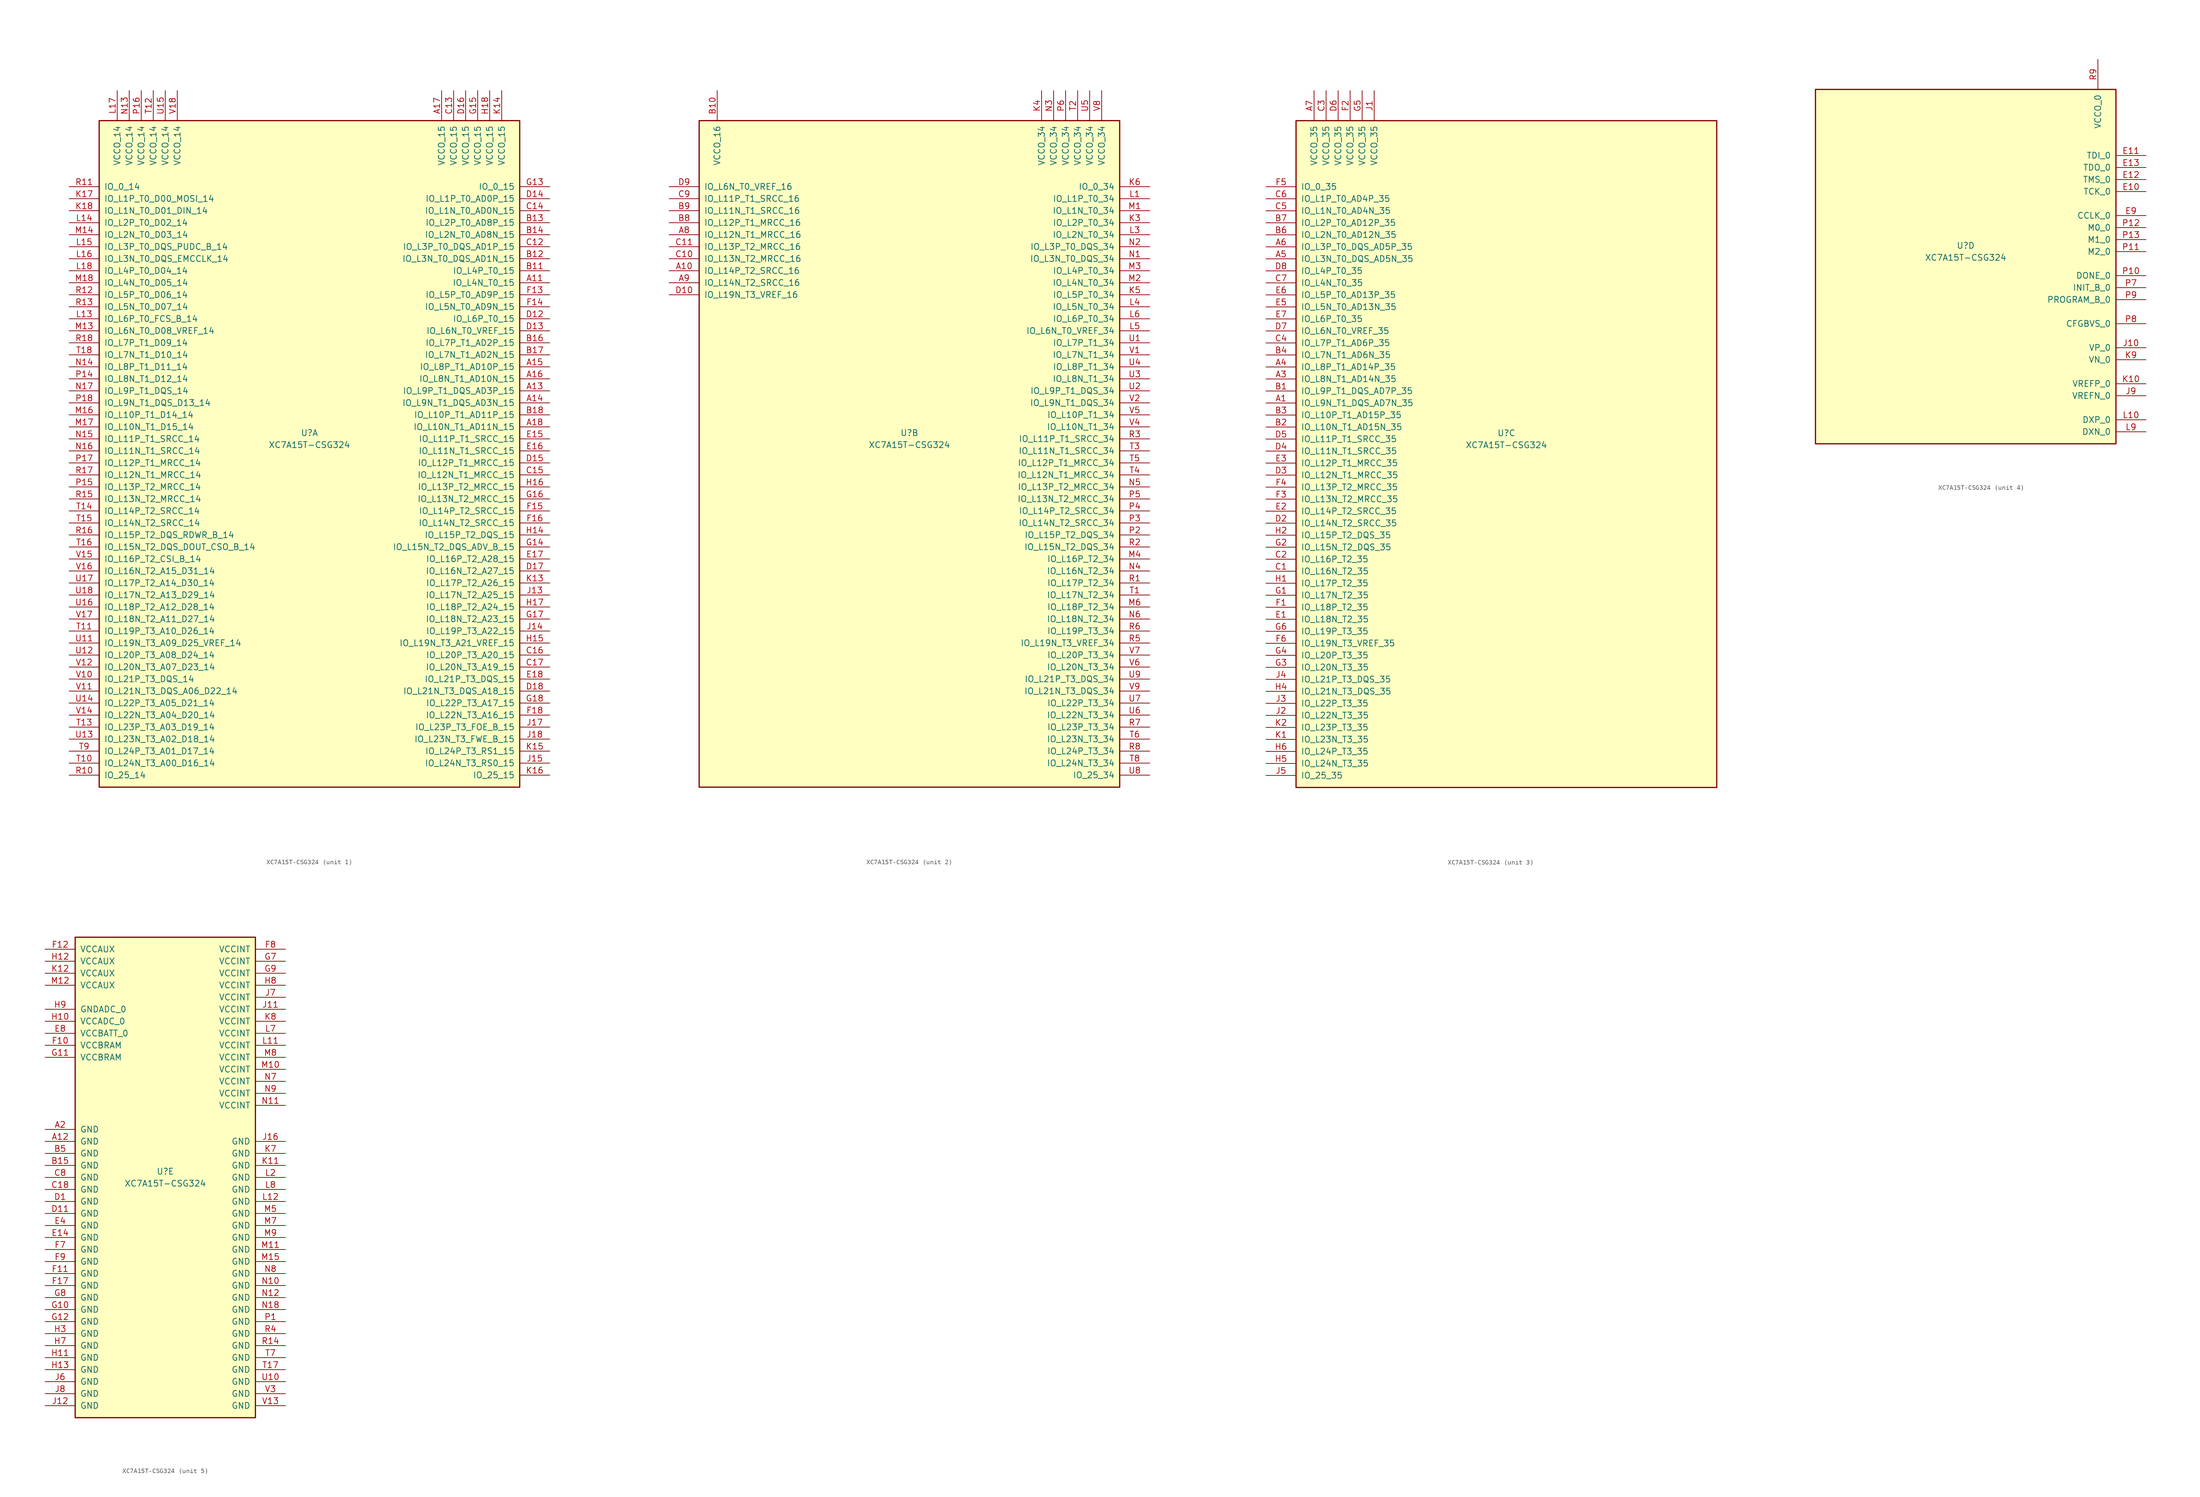
<source format=kicad_sym>
(kicad_symbol_lib
  (version 20241209)
  (generator "kicad_symbol_editor")
  (generator_version "9.0")
  (symbol "XC7A15T-CSG324"
    (pin_names
      (offset 1.016))
    (property "Reference" "U"
      (at 0 1.27 0)
      (effects (font (size 1.27 1.27))))
    (property "Value" "XC7A15T-CSG324"
      (at 0 -1.27 0)
      (effects (font (size 1.27 1.27))))
    (property "Datasheet" ""
      (at 0 0 0)
      (effects (font (size 1.27 1.27))))
    (property "ki_locked" ""
      (at 0 0 0)
      (effects (font (size 1.27 1.27))))
    (symbol "XC7A15T-CSG324_1_1"
      (rectangle (start -44.45 67.31) (end 44.45 -73.66) (stroke (width 0.254) (type default)) (fill (type background)))
      (pin bidirectional line (at -50.8 53.34 0) (length 6.35) (name "IO_0_14" (effects (font (size 1.27 1.27)))) (number "R11" (effects (font (size 1.27 1.27)))))
      (pin bidirectional line (at -50.8 50.8 0) (length 6.35) (name "IO_L1P_T0_D00_MOSI_14" (effects (font (size 1.27 1.27)))) (number "K17" (effects (font (size 1.27 1.27)))))
      (pin bidirectional line (at -50.8 48.26 0) (length 6.35) (name "IO_L1N_T0_D01_DIN_14" (effects (font (size 1.27 1.27)))) (number "K18" (effects (font (size 1.27 1.27)))))
      (pin bidirectional line (at -50.8 45.72 0) (length 6.35) (name "IO_L2P_T0_D02_14" (effects (font (size 1.27 1.27)))) (number "L14" (effects (font (size 1.27 1.27)))))
      (pin bidirectional line (at -50.8 43.18 0) (length 6.35) (name "IO_L2N_T0_D03_14" (effects (font (size 1.27 1.27)))) (number "M14" (effects (font (size 1.27 1.27)))))
      (pin bidirectional line (at -50.8 40.64 0) (length 6.35) (name "IO_L3P_T0_DQS_PUDC_B_14" (effects (font (size 1.27 1.27)))) (number "L15" (effects (font (size 1.27 1.27)))))
      (pin bidirectional line (at -50.8 38.1 0) (length 6.35) (name "IO_L3N_T0_DQS_EMCCLK_14" (effects (font (size 1.27 1.27)))) (number "L16" (effects (font (size 1.27 1.27)))))
      (pin bidirectional line (at -50.8 35.56 0) (length 6.35) (name "IO_L4P_T0_D04_14" (effects (font (size 1.27 1.27)))) (number "L18" (effects (font (size 1.27 1.27)))))
      (pin bidirectional line (at -50.8 33.02 0) (length 6.35) (name "IO_L4N_T0_D05_14" (effects (font (size 1.27 1.27)))) (number "M18" (effects (font (size 1.27 1.27)))))
      (pin bidirectional line (at -50.8 30.48 0) (length 6.35) (name "IO_L5P_T0_D06_14" (effects (font (size 1.27 1.27)))) (number "R12" (effects (font (size 1.27 1.27)))))
      (pin bidirectional line (at -50.8 27.94 0) (length 6.35) (name "IO_L5N_T0_D07_14" (effects (font (size 1.27 1.27)))) (number "R13" (effects (font (size 1.27 1.27)))))
      (pin bidirectional line (at -50.8 25.4 0) (length 6.35) (name "IO_L6P_T0_FCS_B_14" (effects (font (size 1.27 1.27)))) (number "L13" (effects (font (size 1.27 1.27)))))
      (pin bidirectional line (at -50.8 22.86 0) (length 6.35) (name "IO_L6N_T0_D08_VREF_14" (effects (font (size 1.27 1.27)))) (number "M13" (effects (font (size 1.27 1.27)))))
      (pin bidirectional line (at -50.8 20.32 0) (length 6.35) (name "IO_L7P_T1_D09_14" (effects (font (size 1.27 1.27)))) (number "R18" (effects (font (size 1.27 1.27)))))
      (pin bidirectional line (at -50.8 17.78 0) (length 6.35) (name "IO_L7N_T1_D10_14" (effects (font (size 1.27 1.27)))) (number "T18" (effects (font (size 1.27 1.27)))))
      (pin bidirectional line (at -50.8 15.24 0) (length 6.35) (name "IO_L8P_T1_D11_14" (effects (font (size 1.27 1.27)))) (number "N14" (effects (font (size 1.27 1.27)))))
      (pin bidirectional line (at -50.8 12.7 0) (length 6.35) (name "IO_L8N_T1_D12_14" (effects (font (size 1.27 1.27)))) (number "P14" (effects (font (size 1.27 1.27)))))
      (pin bidirectional line (at -50.8 10.16 0) (length 6.35) (name "IO_L9P_T1_DQS_14" (effects (font (size 1.27 1.27)))) (number "N17" (effects (font (size 1.27 1.27)))))
      (pin bidirectional line (at -50.8 7.62 0) (length 6.35) (name "IO_L9N_T1_DQS_D13_14" (effects (font (size 1.27 1.27)))) (number "P18" (effects (font (size 1.27 1.27)))))
      (pin bidirectional line (at -50.8 5.08 0) (length 6.35) (name "IO_L10P_T1_D14_14" (effects (font (size 1.27 1.27)))) (number "M16" (effects (font (size 1.27 1.27)))))
      (pin bidirectional line (at -50.8 2.54 0) (length 6.35) (name "IO_L10N_T1_D15_14" (effects (font (size 1.27 1.27)))) (number "M17" (effects (font (size 1.27 1.27)))))
      (pin bidirectional line (at -50.8 0 0) (length 6.35) (name "IO_L11P_T1_SRCC_14" (effects (font (size 1.27 1.27)))) (number "N15" (effects (font (size 1.27 1.27)))))
      (pin bidirectional line (at -50.8 -2.54 0) (length 6.35) (name "IO_L11N_T1_SRCC_14" (effects (font (size 1.27 1.27)))) (number "N16" (effects (font (size 1.27 1.27)))))
      (pin bidirectional line (at -50.8 -5.08 0) (length 6.35) (name "IO_L12P_T1_MRCC_14" (effects (font (size 1.27 1.27)))) (number "P17" (effects (font (size 1.27 1.27)))))
      (pin bidirectional line (at -50.8 -7.62 0) (length 6.35) (name "IO_L12N_T1_MRCC_14" (effects (font (size 1.27 1.27)))) (number "R17" (effects (font (size 1.27 1.27)))))
      (pin bidirectional line (at -50.8 -10.16 0) (length 6.35) (name "IO_L13P_T2_MRCC_14" (effects (font (size 1.27 1.27)))) (number "P15" (effects (font (size 1.27 1.27)))))
      (pin bidirectional line (at -50.8 -12.7 0) (length 6.35) (name "IO_L13N_T2_MRCC_14" (effects (font (size 1.27 1.27)))) (number "R15" (effects (font (size 1.27 1.27)))))
      (pin bidirectional line (at -50.8 -15.24 0) (length 6.35) (name "IO_L14P_T2_SRCC_14" (effects (font (size 1.27 1.27)))) (number "T14" (effects (font (size 1.27 1.27)))))
      (pin bidirectional line (at -50.8 -17.78 0) (length 6.35) (name "IO_L14N_T2_SRCC_14" (effects (font (size 1.27 1.27)))) (number "T15" (effects (font (size 1.27 1.27)))))
      (pin bidirectional line (at -50.8 -20.32 0) (length 6.35) (name "IO_L15P_T2_DQS_RDWR_B_14" (effects (font (size 1.27 1.27)))) (number "R16" (effects (font (size 1.27 1.27)))))
      (pin bidirectional line (at -50.8 -22.86 0) (length 6.35) (name "IO_L15N_T2_DQS_DOUT_CSO_B_14" (effects (font (size 1.27 1.27)))) (number "T16" (effects (font (size 1.27 1.27)))))
      (pin bidirectional line (at -50.8 -25.4 0) (length 6.35) (name "IO_L16P_T2_CSI_B_14" (effects (font (size 1.27 1.27)))) (number "V15" (effects (font (size 1.27 1.27)))))
      (pin bidirectional line (at -50.8 -27.94 0) (length 6.35) (name "IO_L16N_T2_A15_D31_14" (effects (font (size 1.27 1.27)))) (number "V16" (effects (font (size 1.27 1.27)))))
      (pin bidirectional line (at -50.8 -30.48 0) (length 6.35) (name "IO_L17P_T2_A14_D30_14" (effects (font (size 1.27 1.27)))) (number "U17" (effects (font (size 1.27 1.27)))))
      (pin bidirectional line (at -50.8 -33.02 0) (length 6.35) (name "IO_L17N_T2_A13_D29_14" (effects (font (size 1.27 1.27)))) (number "U18" (effects (font (size 1.27 1.27)))))
      (pin bidirectional line (at -50.8 -35.56 0) (length 6.35) (name "IO_L18P_T2_A12_D28_14" (effects (font (size 1.27 1.27)))) (number "U16" (effects (font (size 1.27 1.27)))))
      (pin bidirectional line (at -50.8 -38.1 0) (length 6.35) (name "IO_L18N_T2_A11_D27_14" (effects (font (size 1.27 1.27)))) (number "V17" (effects (font (size 1.27 1.27)))))
      (pin bidirectional line (at -50.8 -40.64 0) (length 6.35) (name "IO_L19P_T3_A10_D26_14" (effects (font (size 1.27 1.27)))) (number "T11" (effects (font (size 1.27 1.27)))))
      (pin bidirectional line (at -50.8 -43.18 0) (length 6.35) (name "IO_L19N_T3_A09_D25_VREF_14" (effects (font (size 1.27 1.27)))) (number "U11" (effects (font (size 1.27 1.27)))))
      (pin bidirectional line (at -50.8 -45.72 0) (length 6.35) (name "IO_L20P_T3_A08_D24_14" (effects (font (size 1.27 1.27)))) (number "U12" (effects (font (size 1.27 1.27)))))
      (pin bidirectional line (at -50.8 -48.26 0) (length 6.35) (name "IO_L20N_T3_A07_D23_14" (effects (font (size 1.27 1.27)))) (number "V12" (effects (font (size 1.27 1.27)))))
      (pin bidirectional line (at -50.8 -50.8 0) (length 6.35) (name "IO_L21P_T3_DQS_14" (effects (font (size 1.27 1.27)))) (number "V10" (effects (font (size 1.27 1.27)))))
      (pin bidirectional line (at -50.8 -53.34 0) (length 6.35) (name "IO_L21N_T3_DQS_A06_D22_14" (effects (font (size 1.27 1.27)))) (number "V11" (effects (font (size 1.27 1.27)))))
      (pin bidirectional line (at -50.8 -55.88 0) (length 6.35) (name "IO_L22P_T3_A05_D21_14" (effects (font (size 1.27 1.27)))) (number "U14" (effects (font (size 1.27 1.27)))))
      (pin bidirectional line (at -50.8 -58.42 0) (length 6.35) (name "IO_L22N_T3_A04_D20_14" (effects (font (size 1.27 1.27)))) (number "V14" (effects (font (size 1.27 1.27)))))
      (pin bidirectional line (at -50.8 -60.96 0) (length 6.35) (name "IO_L23P_T3_A03_D19_14" (effects (font (size 1.27 1.27)))) (number "T13" (effects (font (size 1.27 1.27)))))
      (pin bidirectional line (at -50.8 -63.5 0) (length 6.35) (name "IO_L23N_T3_A02_D18_14" (effects (font (size 1.27 1.27)))) (number "U13" (effects (font (size 1.27 1.27)))))
      (pin bidirectional line (at -50.8 -66.04 0) (length 6.35) (name "IO_L24P_T3_A01_D17_14" (effects (font (size 1.27 1.27)))) (number "T9" (effects (font (size 1.27 1.27)))))
      (pin bidirectional line (at -50.8 -68.58 0) (length 6.35) (name "IO_L24N_T3_A00_D16_14" (effects (font (size 1.27 1.27)))) (number "T10" (effects (font (size 1.27 1.27)))))
      (pin bidirectional line (at -50.8 -71.12 0) (length 6.35) (name "IO_25_14" (effects (font (size 1.27 1.27)))) (number "R10" (effects (font (size 1.27 1.27)))))
      (pin power_in line (at -40.64 73.66 270) (length 6.35) (name "VCCO_14" (effects (font (size 1.27 1.27)))) (number "L17" (effects (font (size 1.27 1.27)))))
      (pin power_in line (at -38.1 73.66 270) (length 6.35) (name "VCCO_14" (effects (font (size 1.27 1.27)))) (number "N13" (effects (font (size 1.27 1.27)))))
      (pin power_in line (at -35.56 73.66 270) (length 6.35) (name "VCCO_14" (effects (font (size 1.27 1.27)))) (number "P16" (effects (font (size 1.27 1.27)))))
      (pin power_in line (at -33.02 73.66 270) (length 6.35) (name "VCCO_14" (effects (font (size 1.27 1.27)))) (number "T12" (effects (font (size 1.27 1.27)))))
      (pin power_in line (at -30.48 73.66 270) (length 6.35) (name "VCCO_14" (effects (font (size 1.27 1.27)))) (number "U15" (effects (font (size 1.27 1.27)))))
      (pin power_in line (at -27.94 73.66 270) (length 6.35) (name "VCCO_14" (effects (font (size 1.27 1.27)))) (number "V18" (effects (font (size 1.27 1.27)))))
      (pin power_in line (at 27.94 73.66 270) (length 6.35) (name "VCCO_15" (effects (font (size 1.27 1.27)))) (number "A17" (effects (font (size 1.27 1.27)))))
      (pin power_in line (at 30.48 73.66 270) (length 6.35) (name "VCCO_15" (effects (font (size 1.27 1.27)))) (number "C13" (effects (font (size 1.27 1.27)))))
      (pin power_in line (at 33.02 73.66 270) (length 6.35) (name "VCCO_15" (effects (font (size 1.27 1.27)))) (number "D16" (effects (font (size 1.27 1.27)))))
      (pin power_in line (at 35.56 73.66 270) (length 6.35) (name "VCCO_15" (effects (font (size 1.27 1.27)))) (number "G15" (effects (font (size 1.27 1.27)))))
      (pin power_in line (at 38.1 73.66 270) (length 6.35) (name "VCCO_15" (effects (font (size 1.27 1.27)))) (number "H18" (effects (font (size 1.27 1.27)))))
      (pin power_in line (at 40.64 73.66 270) (length 6.35) (name "VCCO_15" (effects (font (size 1.27 1.27)))) (number "K14" (effects (font (size 1.27 1.27)))))
      (pin bidirectional line (at 50.8 53.34 180) (length 6.35) (name "IO_0_15" (effects (font (size 1.27 1.27)))) (number "G13" (effects (font (size 1.27 1.27)))))
      (pin bidirectional line (at 50.8 50.8 180) (length 6.35) (name "IO_L1P_T0_AD0P_15" (effects (font (size 1.27 1.27)))) (number "D14" (effects (font (size 1.27 1.27)))))
      (pin bidirectional line (at 50.8 48.26 180) (length 6.35) (name "IO_L1N_T0_AD0N_15" (effects (font (size 1.27 1.27)))) (number "C14" (effects (font (size 1.27 1.27)))))
      (pin bidirectional line (at 50.8 45.72 180) (length 6.35) (name "IO_L2P_T0_AD8P_15" (effects (font (size 1.27 1.27)))) (number "B13" (effects (font (size 1.27 1.27)))))
      (pin bidirectional line (at 50.8 43.18 180) (length 6.35) (name "IO_L2N_T0_AD8N_15" (effects (font (size 1.27 1.27)))) (number "B14" (effects (font (size 1.27 1.27)))))
      (pin bidirectional line (at 50.8 40.64 180) (length 6.35) (name "IO_L3P_T0_DQS_AD1P_15" (effects (font (size 1.27 1.27)))) (number "C12" (effects (font (size 1.27 1.27)))))
      (pin bidirectional line (at 50.8 38.1 180) (length 6.35) (name "IO_L3N_T0_DQS_AD1N_15" (effects (font (size 1.27 1.27)))) (number "B12" (effects (font (size 1.27 1.27)))))
      (pin bidirectional line (at 50.8 35.56 180) (length 6.35) (name "IO_L4P_T0_15" (effects (font (size 1.27 1.27)))) (number "B11" (effects (font (size 1.27 1.27)))))
      (pin bidirectional line (at 50.8 33.02 180) (length 6.35) (name "IO_L4N_T0_15" (effects (font (size 1.27 1.27)))) (number "A11" (effects (font (size 1.27 1.27)))))
      (pin bidirectional line (at 50.8 30.48 180) (length 6.35) (name "IO_L5P_T0_AD9P_15" (effects (font (size 1.27 1.27)))) (number "F13" (effects (font (size 1.27 1.27)))))
      (pin bidirectional line (at 50.8 27.94 180) (length 6.35) (name "IO_L5N_T0_AD9N_15" (effects (font (size 1.27 1.27)))) (number "F14" (effects (font (size 1.27 1.27)))))
      (pin bidirectional line (at 50.8 25.4 180) (length 6.35) (name "IO_L6P_T0_15" (effects (font (size 1.27 1.27)))) (number "D12" (effects (font (size 1.27 1.27)))))
      (pin bidirectional line (at 50.8 22.86 180) (length 6.35) (name "IO_L6N_T0_VREF_15" (effects (font (size 1.27 1.27)))) (number "D13" (effects (font (size 1.27 1.27)))))
      (pin bidirectional line (at 50.8 20.32 180) (length 6.35) (name "IO_L7P_T1_AD2P_15" (effects (font (size 1.27 1.27)))) (number "B16" (effects (font (size 1.27 1.27)))))
      (pin bidirectional line (at 50.8 17.78 180) (length 6.35) (name "IO_L7N_T1_AD2N_15" (effects (font (size 1.27 1.27)))) (number "B17" (effects (font (size 1.27 1.27)))))
      (pin bidirectional line (at 50.8 15.24 180) (length 6.35) (name "IO_L8P_T1_AD10P_15" (effects (font (size 1.27 1.27)))) (number "A15" (effects (font (size 1.27 1.27)))))
      (pin bidirectional line (at 50.8 12.7 180) (length 6.35) (name "IO_L8N_T1_AD10N_15" (effects (font (size 1.27 1.27)))) (number "A16" (effects (font (size 1.27 1.27)))))
      (pin bidirectional line (at 50.8 10.16 180) (length 6.35) (name "IO_L9P_T1_DQS_AD3P_15" (effects (font (size 1.27 1.27)))) (number "A13" (effects (font (size 1.27 1.27)))))
      (pin bidirectional line (at 50.8 7.62 180) (length 6.35) (name "IO_L9N_T1_DQS_AD3N_15" (effects (font (size 1.27 1.27)))) (number "A14" (effects (font (size 1.27 1.27)))))
      (pin bidirectional line (at 50.8 5.08 180) (length 6.35) (name "IO_L10P_T1_AD11P_15" (effects (font (size 1.27 1.27)))) (number "B18" (effects (font (size 1.27 1.27)))))
      (pin bidirectional line (at 50.8 2.54 180) (length 6.35) (name "IO_L10N_T1_AD11N_15" (effects (font (size 1.27 1.27)))) (number "A18" (effects (font (size 1.27 1.27)))))
      (pin bidirectional line (at 50.8 0 180) (length 6.35) (name "IO_L11P_T1_SRCC_15" (effects (font (size 1.27 1.27)))) (number "E15" (effects (font (size 1.27 1.27)))))
      (pin bidirectional line (at 50.8 -2.54 180) (length 6.35) (name "IO_L11N_T1_SRCC_15" (effects (font (size 1.27 1.27)))) (number "E16" (effects (font (size 1.27 1.27)))))
      (pin bidirectional line (at 50.8 -5.08 180) (length 6.35) (name "IO_L12P_T1_MRCC_15" (effects (font (size 1.27 1.27)))) (number "D15" (effects (font (size 1.27 1.27)))))
      (pin bidirectional line (at 50.8 -7.62 180) (length 6.35) (name "IO_L12N_T1_MRCC_15" (effects (font (size 1.27 1.27)))) (number "C15" (effects (font (size 1.27 1.27)))))
      (pin bidirectional line (at 50.8 -10.16 180) (length 6.35) (name "IO_L13P_T2_MRCC_15" (effects (font (size 1.27 1.27)))) (number "H16" (effects (font (size 1.27 1.27)))))
      (pin bidirectional line (at 50.8 -12.7 180) (length 6.35) (name "IO_L13N_T2_MRCC_15" (effects (font (size 1.27 1.27)))) (number "G16" (effects (font (size 1.27 1.27)))))
      (pin bidirectional line (at 50.8 -15.24 180) (length 6.35) (name "IO_L14P_T2_SRCC_15" (effects (font (size 1.27 1.27)))) (number "F15" (effects (font (size 1.27 1.27)))))
      (pin bidirectional line (at 50.8 -17.78 180) (length 6.35) (name "IO_L14N_T2_SRCC_15" (effects (font (size 1.27 1.27)))) (number "F16" (effects (font (size 1.27 1.27)))))
      (pin bidirectional line (at 50.8 -20.32 180) (length 6.35) (name "IO_L15P_T2_DQS_15" (effects (font (size 1.27 1.27)))) (number "H14" (effects (font (size 1.27 1.27)))))
      (pin bidirectional line (at 50.8 -22.86 180) (length 6.35) (name "IO_L15N_T2_DQS_ADV_B_15" (effects (font (size 1.27 1.27)))) (number "G14" (effects (font (size 1.27 1.27)))))
      (pin bidirectional line (at 50.8 -25.4 180) (length 6.35) (name "IO_L16P_T2_A28_15" (effects (font (size 1.27 1.27)))) (number "E17" (effects (font (size 1.27 1.27)))))
      (pin bidirectional line (at 50.8 -27.94 180) (length 6.35) (name "IO_L16N_T2_A27_15" (effects (font (size 1.27 1.27)))) (number "D17" (effects (font (size 1.27 1.27)))))
      (pin bidirectional line (at 50.8 -30.48 180) (length 6.35) (name "IO_L17P_T2_A26_15" (effects (font (size 1.27 1.27)))) (number "K13" (effects (font (size 1.27 1.27)))))
      (pin bidirectional line (at 50.8 -33.02 180) (length 6.35) (name "IO_L17N_T2_A25_15" (effects (font (size 1.27 1.27)))) (number "J13" (effects (font (size 1.27 1.27)))))
      (pin bidirectional line (at 50.8 -35.56 180) (length 6.35) (name "IO_L18P_T2_A24_15" (effects (font (size 1.27 1.27)))) (number "H17" (effects (font (size 1.27 1.27)))))
      (pin bidirectional line (at 50.8 -38.1 180) (length 6.35) (name "IO_L18N_T2_A23_15" (effects (font (size 1.27 1.27)))) (number "G17" (effects (font (size 1.27 1.27)))))
      (pin bidirectional line (at 50.8 -40.64 180) (length 6.35) (name "IO_L19P_T3_A22_15" (effects (font (size 1.27 1.27)))) (number "J14" (effects (font (size 1.27 1.27)))))
      (pin bidirectional line (at 50.8 -43.18 180) (length 6.35) (name "IO_L19N_T3_A21_VREF_15" (effects (font (size 1.27 1.27)))) (number "H15" (effects (font (size 1.27 1.27)))))
      (pin bidirectional line (at 50.8 -45.72 180) (length 6.35) (name "IO_L20P_T3_A20_15" (effects (font (size 1.27 1.27)))) (number "C16" (effects (font (size 1.27 1.27)))))
      (pin bidirectional line (at 50.8 -48.26 180) (length 6.35) (name "IO_L20N_T3_A19_15" (effects (font (size 1.27 1.27)))) (number "C17" (effects (font (size 1.27 1.27)))))
      (pin bidirectional line (at 50.8 -50.8 180) (length 6.35) (name "IO_L21P_T3_DQS_15" (effects (font (size 1.27 1.27)))) (number "E18" (effects (font (size 1.27 1.27)))))
      (pin bidirectional line (at 50.8 -53.34 180) (length 6.35) (name "IO_L21N_T3_DQS_A18_15" (effects (font (size 1.27 1.27)))) (number "D18" (effects (font (size 1.27 1.27)))))
      (pin bidirectional line (at 50.8 -55.88 180) (length 6.35) (name "IO_L22P_T3_A17_15" (effects (font (size 1.27 1.27)))) (number "G18" (effects (font (size 1.27 1.27)))))
      (pin bidirectional line (at 50.8 -58.42 180) (length 6.35) (name "IO_L22N_T3_A16_15" (effects (font (size 1.27 1.27)))) (number "F18" (effects (font (size 1.27 1.27)))))
      (pin bidirectional line (at 50.8 -60.96 180) (length 6.35) (name "IO_L23P_T3_FOE_B_15" (effects (font (size 1.27 1.27)))) (number "J17" (effects (font (size 1.27 1.27)))))
      (pin bidirectional line (at 50.8 -63.5 180) (length 6.35) (name "IO_L23N_T3_FWE_B_15" (effects (font (size 1.27 1.27)))) (number "J18" (effects (font (size 1.27 1.27)))))
      (pin bidirectional line (at 50.8 -66.04 180) (length 6.35) (name "IO_L24P_T3_RS1_15" (effects (font (size 1.27 1.27)))) (number "K15" (effects (font (size 1.27 1.27)))))
      (pin bidirectional line (at 50.8 -68.58 180) (length 6.35) (name "IO_L24N_T3_RS0_15" (effects (font (size 1.27 1.27)))) (number "J15" (effects (font (size 1.27 1.27)))))
      (pin bidirectional line (at 50.8 -71.12 180) (length 6.35) (name "IO_25_15" (effects (font (size 1.27 1.27)))) (number "K16" (effects (font (size 1.27 1.27))))))
    (symbol "XC7A15T-CSG324_2_1"
      (rectangle (start -44.45 67.31) (end 44.45 -73.66) (stroke (width 0.254) (type default)) (fill (type background)))
      (pin bidirectional line (at -50.8 53.34 0) (length 6.35) (name "IO_L6N_T0_VREF_16" (effects (font (size 1.27 1.27)))) (number "D9" (effects (font (size 1.27 1.27)))))
      (pin bidirectional line (at -50.8 50.8 0) (length 6.35) (name "IO_L11P_T1_SRCC_16" (effects (font (size 1.27 1.27)))) (number "C9" (effects (font (size 1.27 1.27)))))
      (pin bidirectional line (at -50.8 48.26 0) (length 6.35) (name "IO_L11N_T1_SRCC_16" (effects (font (size 1.27 1.27)))) (number "B9" (effects (font (size 1.27 1.27)))))
      (pin bidirectional line (at -50.8 45.72 0) (length 6.35) (name "IO_L12P_T1_MRCC_16" (effects (font (size 1.27 1.27)))) (number "B8" (effects (font (size 1.27 1.27)))))
      (pin bidirectional line (at -50.8 43.18 0) (length 6.35) (name "IO_L12N_T1_MRCC_16" (effects (font (size 1.27 1.27)))) (number "A8" (effects (font (size 1.27 1.27)))))
      (pin bidirectional line (at -50.8 40.64 0) (length 6.35) (name "IO_L13P_T2_MRCC_16" (effects (font (size 1.27 1.27)))) (number "C11" (effects (font (size 1.27 1.27)))))
      (pin bidirectional line (at -50.8 38.1 0) (length 6.35) (name "IO_L13N_T2_MRCC_16" (effects (font (size 1.27 1.27)))) (number "C10" (effects (font (size 1.27 1.27)))))
      (pin bidirectional line (at -50.8 35.56 0) (length 6.35) (name "IO_L14P_T2_SRCC_16" (effects (font (size 1.27 1.27)))) (number "A10" (effects (font (size 1.27 1.27)))))
      (pin bidirectional line (at -50.8 33.02 0) (length 6.35) (name "IO_L14N_T2_SRCC_16" (effects (font (size 1.27 1.27)))) (number "A9" (effects (font (size 1.27 1.27)))))
      (pin bidirectional line (at -50.8 30.48 0) (length 6.35) (name "IO_L19N_T3_VREF_16" (effects (font (size 1.27 1.27)))) (number "D10" (effects (font (size 1.27 1.27)))))
      (pin power_in line (at -40.64 73.66 270) (length 6.35) (name "VCCO_16" (effects (font (size 1.27 1.27)))) (number "B10" (effects (font (size 1.27 1.27)))))
      (pin power_in line (at 27.94 73.66 270) (length 6.35) (name "VCCO_34" (effects (font (size 1.27 1.27)))) (number "K4" (effects (font (size 1.27 1.27)))))
      (pin power_in line (at 30.48 73.66 270) (length 6.35) (name "VCCO_34" (effects (font (size 1.27 1.27)))) (number "N3" (effects (font (size 1.27 1.27)))))
      (pin power_in line (at 33.02 73.66 270) (length 6.35) (name "VCCO_34" (effects (font (size 1.27 1.27)))) (number "P6" (effects (font (size 1.27 1.27)))))
      (pin power_in line (at 35.56 73.66 270) (length 6.35) (name "VCCO_34" (effects (font (size 1.27 1.27)))) (number "T2" (effects (font (size 1.27 1.27)))))
      (pin power_in line (at 38.1 73.66 270) (length 6.35) (name "VCCO_34" (effects (font (size 1.27 1.27)))) (number "U5" (effects (font (size 1.27 1.27)))))
      (pin power_in line (at 40.64 73.66 270) (length 6.35) (name "VCCO_34" (effects (font (size 1.27 1.27)))) (number "V8" (effects (font (size 1.27 1.27)))))
      (pin bidirectional line (at 50.8 53.34 180) (length 6.35) (name "IO_0_34" (effects (font (size 1.27 1.27)))) (number "K6" (effects (font (size 1.27 1.27)))))
      (pin bidirectional line (at 50.8 50.8 180) (length 6.35) (name "IO_L1P_T0_34" (effects (font (size 1.27 1.27)))) (number "L1" (effects (font (size 1.27 1.27)))))
      (pin bidirectional line (at 50.8 48.26 180) (length 6.35) (name "IO_L1N_T0_34" (effects (font (size 1.27 1.27)))) (number "M1" (effects (font (size 1.27 1.27)))))
      (pin bidirectional line (at 50.8 45.72 180) (length 6.35) (name "IO_L2P_T0_34" (effects (font (size 1.27 1.27)))) (number "K3" (effects (font (size 1.27 1.27)))))
      (pin bidirectional line (at 50.8 43.18 180) (length 6.35) (name "IO_L2N_T0_34" (effects (font (size 1.27 1.27)))) (number "L3" (effects (font (size 1.27 1.27)))))
      (pin bidirectional line (at 50.8 40.64 180) (length 6.35) (name "IO_L3P_T0_DQS_34" (effects (font (size 1.27 1.27)))) (number "N2" (effects (font (size 1.27 1.27)))))
      (pin bidirectional line (at 50.8 38.1 180) (length 6.35) (name "IO_L3N_T0_DQS_34" (effects (font (size 1.27 1.27)))) (number "N1" (effects (font (size 1.27 1.27)))))
      (pin bidirectional line (at 50.8 35.56 180) (length 6.35) (name "IO_L4P_T0_34" (effects (font (size 1.27 1.27)))) (number "M3" (effects (font (size 1.27 1.27)))))
      (pin bidirectional line (at 50.8 33.02 180) (length 6.35) (name "IO_L4N_T0_34" (effects (font (size 1.27 1.27)))) (number "M2" (effects (font (size 1.27 1.27)))))
      (pin bidirectional line (at 50.8 30.48 180) (length 6.35) (name "IO_L5P_T0_34" (effects (font (size 1.27 1.27)))) (number "K5" (effects (font (size 1.27 1.27)))))
      (pin bidirectional line (at 50.8 27.94 180) (length 6.35) (name "IO_L5N_T0_34" (effects (font (size 1.27 1.27)))) (number "L4" (effects (font (size 1.27 1.27)))))
      (pin bidirectional line (at 50.8 25.4 180) (length 6.35) (name "IO_L6P_T0_34" (effects (font (size 1.27 1.27)))) (number "L6" (effects (font (size 1.27 1.27)))))
      (pin bidirectional line (at 50.8 22.86 180) (length 6.35) (name "IO_L6N_T0_VREF_34" (effects (font (size 1.27 1.27)))) (number "L5" (effects (font (size 1.27 1.27)))))
      (pin bidirectional line (at 50.8 20.32 180) (length 6.35) (name "IO_L7P_T1_34" (effects (font (size 1.27 1.27)))) (number "U1" (effects (font (size 1.27 1.27)))))
      (pin bidirectional line (at 50.8 17.78 180) (length 6.35) (name "IO_L7N_T1_34" (effects (font (size 1.27 1.27)))) (number "V1" (effects (font (size 1.27 1.27)))))
      (pin bidirectional line (at 50.8 15.24 180) (length 6.35) (name "IO_L8P_T1_34" (effects (font (size 1.27 1.27)))) (number "U4" (effects (font (size 1.27 1.27)))))
      (pin bidirectional line (at 50.8 12.7 180) (length 6.35) (name "IO_L8N_T1_34" (effects (font (size 1.27 1.27)))) (number "U3" (effects (font (size 1.27 1.27)))))
      (pin bidirectional line (at 50.8 10.16 180) (length 6.35) (name "IO_L9P_T1_DQS_34" (effects (font (size 1.27 1.27)))) (number "U2" (effects (font (size 1.27 1.27)))))
      (pin bidirectional line (at 50.8 7.62 180) (length 6.35) (name "IO_L9N_T1_DQS_34" (effects (font (size 1.27 1.27)))) (number "V2" (effects (font (size 1.27 1.27)))))
      (pin bidirectional line (at 50.8 5.08 180) (length 6.35) (name "IO_L10P_T1_34" (effects (font (size 1.27 1.27)))) (number "V5" (effects (font (size 1.27 1.27)))))
      (pin bidirectional line (at 50.8 2.54 180) (length 6.35) (name "IO_L10N_T1_34" (effects (font (size 1.27 1.27)))) (number "V4" (effects (font (size 1.27 1.27)))))
      (pin bidirectional line (at 50.8 0 180) (length 6.35) (name "IO_L11P_T1_SRCC_34" (effects (font (size 1.27 1.27)))) (number "R3" (effects (font (size 1.27 1.27)))))
      (pin bidirectional line (at 50.8 -2.54 180) (length 6.35) (name "IO_L11N_T1_SRCC_34" (effects (font (size 1.27 1.27)))) (number "T3" (effects (font (size 1.27 1.27)))))
      (pin bidirectional line (at 50.8 -5.08 180) (length 6.35) (name "IO_L12P_T1_MRCC_34" (effects (font (size 1.27 1.27)))) (number "T5" (effects (font (size 1.27 1.27)))))
      (pin bidirectional line (at 50.8 -7.62 180) (length 6.35) (name "IO_L12N_T1_MRCC_34" (effects (font (size 1.27 1.27)))) (number "T4" (effects (font (size 1.27 1.27)))))
      (pin bidirectional line (at 50.8 -10.16 180) (length 6.35) (name "IO_L13P_T2_MRCC_34" (effects (font (size 1.27 1.27)))) (number "N5" (effects (font (size 1.27 1.27)))))
      (pin bidirectional line (at 50.8 -12.7 180) (length 6.35) (name "IO_L13N_T2_MRCC_34" (effects (font (size 1.27 1.27)))) (number "P5" (effects (font (size 1.27 1.27)))))
      (pin bidirectional line (at 50.8 -15.24 180) (length 6.35) (name "IO_L14P_T2_SRCC_34" (effects (font (size 1.27 1.27)))) (number "P4" (effects (font (size 1.27 1.27)))))
      (pin bidirectional line (at 50.8 -17.78 180) (length 6.35) (name "IO_L14N_T2_SRCC_34" (effects (font (size 1.27 1.27)))) (number "P3" (effects (font (size 1.27 1.27)))))
      (pin bidirectional line (at 50.8 -20.32 180) (length 6.35) (name "IO_L15P_T2_DQS_34" (effects (font (size 1.27 1.27)))) (number "P2" (effects (font (size 1.27 1.27)))))
      (pin bidirectional line (at 50.8 -22.86 180) (length 6.35) (name "IO_L15N_T2_DQS_34" (effects (font (size 1.27 1.27)))) (number "R2" (effects (font (size 1.27 1.27)))))
      (pin bidirectional line (at 50.8 -25.4 180) (length 6.35) (name "IO_L16P_T2_34" (effects (font (size 1.27 1.27)))) (number "M4" (effects (font (size 1.27 1.27)))))
      (pin bidirectional line (at 50.8 -27.94 180) (length 6.35) (name "IO_L16N_T2_34" (effects (font (size 1.27 1.27)))) (number "N4" (effects (font (size 1.27 1.27)))))
      (pin bidirectional line (at 50.8 -30.48 180) (length 6.35) (name "IO_L17P_T2_34" (effects (font (size 1.27 1.27)))) (number "R1" (effects (font (size 1.27 1.27)))))
      (pin bidirectional line (at 50.8 -33.02 180) (length 6.35) (name "IO_L17N_T2_34" (effects (font (size 1.27 1.27)))) (number "T1" (effects (font (size 1.27 1.27)))))
      (pin bidirectional line (at 50.8 -35.56 180) (length 6.35) (name "IO_L18P_T2_34" (effects (font (size 1.27 1.27)))) (number "M6" (effects (font (size 1.27 1.27)))))
      (pin bidirectional line (at 50.8 -38.1 180) (length 6.35) (name "IO_L18N_T2_34" (effects (font (size 1.27 1.27)))) (number "N6" (effects (font (size 1.27 1.27)))))
      (pin bidirectional line (at 50.8 -40.64 180) (length 6.35) (name "IO_L19P_T3_34" (effects (font (size 1.27 1.27)))) (number "R6" (effects (font (size 1.27 1.27)))))
      (pin bidirectional line (at 50.8 -43.18 180) (length 6.35) (name "IO_L19N_T3_VREF_34" (effects (font (size 1.27 1.27)))) (number "R5" (effects (font (size 1.27 1.27)))))
      (pin bidirectional line (at 50.8 -45.72 180) (length 6.35) (name "IO_L20P_T3_34" (effects (font (size 1.27 1.27)))) (number "V7" (effects (font (size 1.27 1.27)))))
      (pin bidirectional line (at 50.8 -48.26 180) (length 6.35) (name "IO_L20N_T3_34" (effects (font (size 1.27 1.27)))) (number "V6" (effects (font (size 1.27 1.27)))))
      (pin bidirectional line (at 50.8 -50.8 180) (length 6.35) (name "IO_L21P_T3_DQS_34" (effects (font (size 1.27 1.27)))) (number "U9" (effects (font (size 1.27 1.27)))))
      (pin bidirectional line (at 50.8 -53.34 180) (length 6.35) (name "IO_L21N_T3_DQS_34" (effects (font (size 1.27 1.27)))) (number "V9" (effects (font (size 1.27 1.27)))))
      (pin bidirectional line (at 50.8 -55.88 180) (length 6.35) (name "IO_L22P_T3_34" (effects (font (size 1.27 1.27)))) (number "U7" (effects (font (size 1.27 1.27)))))
      (pin bidirectional line (at 50.8 -58.42 180) (length 6.35) (name "IO_L22N_T3_34" (effects (font (size 1.27 1.27)))) (number "U6" (effects (font (size 1.27 1.27)))))
      (pin bidirectional line (at 50.8 -60.96 180) (length 6.35) (name "IO_L23P_T3_34" (effects (font (size 1.27 1.27)))) (number "R7" (effects (font (size 1.27 1.27)))))
      (pin bidirectional line (at 50.8 -63.5 180) (length 6.35) (name "IO_L23N_T3_34" (effects (font (size 1.27 1.27)))) (number "T6" (effects (font (size 1.27 1.27)))))
      (pin bidirectional line (at 50.8 -66.04 180) (length 6.35) (name "IO_L24P_T3_34" (effects (font (size 1.27 1.27)))) (number "R8" (effects (font (size 1.27 1.27)))))
      (pin bidirectional line (at 50.8 -68.58 180) (length 6.35) (name "IO_L24N_T3_34" (effects (font (size 1.27 1.27)))) (number "T8" (effects (font (size 1.27 1.27)))))
      (pin bidirectional line (at 50.8 -71.12 180) (length 6.35) (name "IO_25_34" (effects (font (size 1.27 1.27)))) (number "U8" (effects (font (size 1.27 1.27))))))
    (symbol "XC7A15T-CSG324_3_1"
      (rectangle (start -44.45 67.31) (end 44.45 -73.66) (stroke (width 0.254) (type default)) (fill (type background)))
      (pin bidirectional line (at -50.8 53.34 0) (length 6.35) (name "IO_0_35" (effects (font (size 1.27 1.27)))) (number "F5" (effects (font (size 1.27 1.27)))))
      (pin bidirectional line (at -50.8 50.8 0) (length 6.35) (name "IO_L1P_T0_AD4P_35" (effects (font (size 1.27 1.27)))) (number "C6" (effects (font (size 1.27 1.27)))))
      (pin bidirectional line (at -50.8 48.26 0) (length 6.35) (name "IO_L1N_T0_AD4N_35" (effects (font (size 1.27 1.27)))) (number "C5" (effects (font (size 1.27 1.27)))))
      (pin bidirectional line (at -50.8 45.72 0) (length 6.35) (name "IO_L2P_T0_AD12P_35" (effects (font (size 1.27 1.27)))) (number "B7" (effects (font (size 1.27 1.27)))))
      (pin bidirectional line (at -50.8 43.18 0) (length 6.35) (name "IO_L2N_T0_AD12N_35" (effects (font (size 1.27 1.27)))) (number "B6" (effects (font (size 1.27 1.27)))))
      (pin bidirectional line (at -50.8 40.64 0) (length 6.35) (name "IO_L3P_T0_DQS_AD5P_35" (effects (font (size 1.27 1.27)))) (number "A6" (effects (font (size 1.27 1.27)))))
      (pin bidirectional line (at -50.8 38.1 0) (length 6.35) (name "IO_L3N_T0_DQS_AD5N_35" (effects (font (size 1.27 1.27)))) (number "A5" (effects (font (size 1.27 1.27)))))
      (pin bidirectional line (at -50.8 35.56 0) (length 6.35) (name "IO_L4P_T0_35" (effects (font (size 1.27 1.27)))) (number "D8" (effects (font (size 1.27 1.27)))))
      (pin bidirectional line (at -50.8 33.02 0) (length 6.35) (name "IO_L4N_T0_35" (effects (font (size 1.27 1.27)))) (number "C7" (effects (font (size 1.27 1.27)))))
      (pin bidirectional line (at -50.8 30.48 0) (length 6.35) (name "IO_L5P_T0_AD13P_35" (effects (font (size 1.27 1.27)))) (number "E6" (effects (font (size 1.27 1.27)))))
      (pin bidirectional line (at -50.8 27.94 0) (length 6.35) (name "IO_L5N_T0_AD13N_35" (effects (font (size 1.27 1.27)))) (number "E5" (effects (font (size 1.27 1.27)))))
      (pin bidirectional line (at -50.8 25.4 0) (length 6.35) (name "IO_L6P_T0_35" (effects (font (size 1.27 1.27)))) (number "E7" (effects (font (size 1.27 1.27)))))
      (pin bidirectional line (at -50.8 22.86 0) (length 6.35) (name "IO_L6N_T0_VREF_35" (effects (font (size 1.27 1.27)))) (number "D7" (effects (font (size 1.27 1.27)))))
      (pin bidirectional line (at -50.8 20.32 0) (length 6.35) (name "IO_L7P_T1_AD6P_35" (effects (font (size 1.27 1.27)))) (number "C4" (effects (font (size 1.27 1.27)))))
      (pin bidirectional line (at -50.8 17.78 0) (length 6.35) (name "IO_L7N_T1_AD6N_35" (effects (font (size 1.27 1.27)))) (number "B4" (effects (font (size 1.27 1.27)))))
      (pin bidirectional line (at -50.8 15.24 0) (length 6.35) (name "IO_L8P_T1_AD14P_35" (effects (font (size 1.27 1.27)))) (number "A4" (effects (font (size 1.27 1.27)))))
      (pin bidirectional line (at -50.8 12.7 0) (length 6.35) (name "IO_L8N_T1_AD14N_35" (effects (font (size 1.27 1.27)))) (number "A3" (effects (font (size 1.27 1.27)))))
      (pin bidirectional line (at -50.8 10.16 0) (length 6.35) (name "IO_L9P_T1_DQS_AD7P_35" (effects (font (size 1.27 1.27)))) (number "B1" (effects (font (size 1.27 1.27)))))
      (pin bidirectional line (at -50.8 7.62 0) (length 6.35) (name "IO_L9N_T1_DQS_AD7N_35" (effects (font (size 1.27 1.27)))) (number "A1" (effects (font (size 1.27 1.27)))))
      (pin bidirectional line (at -50.8 5.08 0) (length 6.35) (name "IO_L10P_T1_AD15P_35" (effects (font (size 1.27 1.27)))) (number "B3" (effects (font (size 1.27 1.27)))))
      (pin bidirectional line (at -50.8 2.54 0) (length 6.35) (name "IO_L10N_T1_AD15N_35" (effects (font (size 1.27 1.27)))) (number "B2" (effects (font (size 1.27 1.27)))))
      (pin bidirectional line (at -50.8 0 0) (length 6.35) (name "IO_L11P_T1_SRCC_35" (effects (font (size 1.27 1.27)))) (number "D5" (effects (font (size 1.27 1.27)))))
      (pin bidirectional line (at -50.8 -2.54 0) (length 6.35) (name "IO_L11N_T1_SRCC_35" (effects (font (size 1.27 1.27)))) (number "D4" (effects (font (size 1.27 1.27)))))
      (pin bidirectional line (at -50.8 -5.08 0) (length 6.35) (name "IO_L12P_T1_MRCC_35" (effects (font (size 1.27 1.27)))) (number "E3" (effects (font (size 1.27 1.27)))))
      (pin bidirectional line (at -50.8 -7.62 0) (length 6.35) (name "IO_L12N_T1_MRCC_35" (effects (font (size 1.27 1.27)))) (number "D3" (effects (font (size 1.27 1.27)))))
      (pin bidirectional line (at -50.8 -10.16 0) (length 6.35) (name "IO_L13P_T2_MRCC_35" (effects (font (size 1.27 1.27)))) (number "F4" (effects (font (size 1.27 1.27)))))
      (pin bidirectional line (at -50.8 -12.7 0) (length 6.35) (name "IO_L13N_T2_MRCC_35" (effects (font (size 1.27 1.27)))) (number "F3" (effects (font (size 1.27 1.27)))))
      (pin bidirectional line (at -50.8 -15.24 0) (length 6.35) (name "IO_L14P_T2_SRCC_35" (effects (font (size 1.27 1.27)))) (number "E2" (effects (font (size 1.27 1.27)))))
      (pin bidirectional line (at -50.8 -17.78 0) (length 6.35) (name "IO_L14N_T2_SRCC_35" (effects (font (size 1.27 1.27)))) (number "D2" (effects (font (size 1.27 1.27)))))
      (pin bidirectional line (at -50.8 -20.32 0) (length 6.35) (name "IO_L15P_T2_DQS_35" (effects (font (size 1.27 1.27)))) (number "H2" (effects (font (size 1.27 1.27)))))
      (pin bidirectional line (at -50.8 -22.86 0) (length 6.35) (name "IO_L15N_T2_DQS_35" (effects (font (size 1.27 1.27)))) (number "G2" (effects (font (size 1.27 1.27)))))
      (pin bidirectional line (at -50.8 -25.4 0) (length 6.35) (name "IO_L16P_T2_35" (effects (font (size 1.27 1.27)))) (number "C2" (effects (font (size 1.27 1.27)))))
      (pin bidirectional line (at -50.8 -27.94 0) (length 6.35) (name "IO_L16N_T2_35" (effects (font (size 1.27 1.27)))) (number "C1" (effects (font (size 1.27 1.27)))))
      (pin bidirectional line (at -50.8 -30.48 0) (length 6.35) (name "IO_L17P_T2_35" (effects (font (size 1.27 1.27)))) (number "H1" (effects (font (size 1.27 1.27)))))
      (pin bidirectional line (at -50.8 -33.02 0) (length 6.35) (name "IO_L17N_T2_35" (effects (font (size 1.27 1.27)))) (number "G1" (effects (font (size 1.27 1.27)))))
      (pin bidirectional line (at -50.8 -35.56 0) (length 6.35) (name "IO_L18P_T2_35" (effects (font (size 1.27 1.27)))) (number "F1" (effects (font (size 1.27 1.27)))))
      (pin bidirectional line (at -50.8 -38.1 0) (length 6.35) (name "IO_L18N_T2_35" (effects (font (size 1.27 1.27)))) (number "E1" (effects (font (size 1.27 1.27)))))
      (pin bidirectional line (at -50.8 -40.64 0) (length 6.35) (name "IO_L19P_T3_35" (effects (font (size 1.27 1.27)))) (number "G6" (effects (font (size 1.27 1.27)))))
      (pin bidirectional line (at -50.8 -43.18 0) (length 6.35) (name "IO_L19N_T3_VREF_35" (effects (font (size 1.27 1.27)))) (number "F6" (effects (font (size 1.27 1.27)))))
      (pin bidirectional line (at -50.8 -45.72 0) (length 6.35) (name "IO_L20P_T3_35" (effects (font (size 1.27 1.27)))) (number "G4" (effects (font (size 1.27 1.27)))))
      (pin bidirectional line (at -50.8 -48.26 0) (length 6.35) (name "IO_L20N_T3_35" (effects (font (size 1.27 1.27)))) (number "G3" (effects (font (size 1.27 1.27)))))
      (pin bidirectional line (at -50.8 -50.8 0) (length 6.35) (name "IO_L21P_T3_DQS_35" (effects (font (size 1.27 1.27)))) (number "J4" (effects (font (size 1.27 1.27)))))
      (pin bidirectional line (at -50.8 -53.34 0) (length 6.35) (name "IO_L21N_T3_DQS_35" (effects (font (size 1.27 1.27)))) (number "H4" (effects (font (size 1.27 1.27)))))
      (pin bidirectional line (at -50.8 -55.88 0) (length 6.35) (name "IO_L22P_T3_35" (effects (font (size 1.27 1.27)))) (number "J3" (effects (font (size 1.27 1.27)))))
      (pin bidirectional line (at -50.8 -58.42 0) (length 6.35) (name "IO_L22N_T3_35" (effects (font (size 1.27 1.27)))) (number "J2" (effects (font (size 1.27 1.27)))))
      (pin bidirectional line (at -50.8 -60.96 0) (length 6.35) (name "IO_L23P_T3_35" (effects (font (size 1.27 1.27)))) (number "K2" (effects (font (size 1.27 1.27)))))
      (pin bidirectional line (at -50.8 -63.5 0) (length 6.35) (name "IO_L23N_T3_35" (effects (font (size 1.27 1.27)))) (number "K1" (effects (font (size 1.27 1.27)))))
      (pin bidirectional line (at -50.8 -66.04 0) (length 6.35) (name "IO_L24P_T3_35" (effects (font (size 1.27 1.27)))) (number "H6" (effects (font (size 1.27 1.27)))))
      (pin bidirectional line (at -50.8 -68.58 0) (length 6.35) (name "IO_L24N_T3_35" (effects (font (size 1.27 1.27)))) (number "H5" (effects (font (size 1.27 1.27)))))
      (pin bidirectional line (at -50.8 -71.12 0) (length 6.35) (name "IO_25_35" (effects (font (size 1.27 1.27)))) (number "J5" (effects (font (size 1.27 1.27)))))
      (pin power_in line (at -40.64 73.66 270) (length 6.35) (name "VCCO_35" (effects (font (size 1.27 1.27)))) (number "A7" (effects (font (size 1.27 1.27)))))
      (pin power_in line (at -38.1 73.66 270) (length 6.35) (name "VCCO_35" (effects (font (size 1.27 1.27)))) (number "C3" (effects (font (size 1.27 1.27)))))
      (pin power_in line (at -35.56 73.66 270) (length 6.35) (name "VCCO_35" (effects (font (size 1.27 1.27)))) (number "D6" (effects (font (size 1.27 1.27)))))
      (pin power_in line (at -33.02 73.66 270) (length 6.35) (name "VCCO_35" (effects (font (size 1.27 1.27)))) (number "F2" (effects (font (size 1.27 1.27)))))
      (pin power_in line (at -30.48 73.66 270) (length 6.35) (name "VCCO_35" (effects (font (size 1.27 1.27)))) (number "G5" (effects (font (size 1.27 1.27)))))
      (pin power_in line (at -27.94 73.66 270) (length 6.35) (name "VCCO_35" (effects (font (size 1.27 1.27)))) (number "J1" (effects (font (size 1.27 1.27))))))
    (symbol "XC7A15T-CSG324_4_1"
      (rectangle (start -31.75 34.29) (end 31.75 -40.64) (stroke (width 0.254) (type default)) (fill (type background)))
      (pin power_in line (at 27.94 40.64 270) (length 6.35) (name "VCCO_0" (effects (font (size 1.27 1.27)))) (number "R9" (effects (font (size 1.27 1.27)))))
      (pin bidirectional line (at 38.1 20.32 180) (length 6.35) (name "TDI_0" (effects (font (size 1.27 1.27)))) (number "E11" (effects (font (size 1.27 1.27)))))
      (pin bidirectional line (at 38.1 17.78 180) (length 6.35) (name "TDO_0" (effects (font (size 1.27 1.27)))) (number "E13" (effects (font (size 1.27 1.27)))))
      (pin bidirectional line (at 38.1 15.24 180) (length 6.35) (name "TMS_0" (effects (font (size 1.27 1.27)))) (number "E12" (effects (font (size 1.27 1.27)))))
      (pin bidirectional line (at 38.1 12.7 180) (length 6.35) (name "TCK_0" (effects (font (size 1.27 1.27)))) (number "E10" (effects (font (size 1.27 1.27)))))
      (pin bidirectional line (at 38.1 7.62 180) (length 6.35) (name "CCLK_0" (effects (font (size 1.27 1.27)))) (number "E9" (effects (font (size 1.27 1.27)))))
      (pin bidirectional line (at 38.1 5.08 180) (length 6.35) (name "M0_0" (effects (font (size 1.27 1.27)))) (number "P12" (effects (font (size 1.27 1.27)))))
      (pin bidirectional line (at 38.1 2.54 180) (length 6.35) (name "M1_0" (effects (font (size 1.27 1.27)))) (number "P13" (effects (font (size 1.27 1.27)))))
      (pin bidirectional line (at 38.1 0 180) (length 6.35) (name "M2_0" (effects (font (size 1.27 1.27)))) (number "P11" (effects (font (size 1.27 1.27)))))
      (pin bidirectional line (at 38.1 -5.08 180) (length 6.35) (name "DONE_0" (effects (font (size 1.27 1.27)))) (number "P10" (effects (font (size 1.27 1.27)))))
      (pin bidirectional line (at 38.1 -7.62 180) (length 6.35) (name "INIT_B_0" (effects (font (size 1.27 1.27)))) (number "P7" (effects (font (size 1.27 1.27)))))
      (pin bidirectional line (at 38.1 -10.16 180) (length 6.35) (name "PROGRAM_B_0" (effects (font (size 1.27 1.27)))) (number "P9" (effects (font (size 1.27 1.27)))))
      (pin bidirectional line (at 38.1 -15.24 180) (length 6.35) (name "CFGBVS_0" (effects (font (size 1.27 1.27)))) (number "P8" (effects (font (size 1.27 1.27)))))
      (pin bidirectional line (at 38.1 -20.32 180) (length 6.35) (name "VP_0" (effects (font (size 1.27 1.27)))) (number "J10" (effects (font (size 1.27 1.27)))))
      (pin bidirectional line (at 38.1 -22.86 180) (length 6.35) (name "VN_0" (effects (font (size 1.27 1.27)))) (number "K9" (effects (font (size 1.27 1.27)))))
      (pin bidirectional line (at 38.1 -27.94 180) (length 6.35) (name "VREFP_0" (effects (font (size 1.27 1.27)))) (number "K10" (effects (font (size 1.27 1.27)))))
      (pin bidirectional line (at 38.1 -30.48 180) (length 6.35) (name "VREFN_0" (effects (font (size 1.27 1.27)))) (number "J9" (effects (font (size 1.27 1.27)))))
      (pin bidirectional line (at 38.1 -35.56 180) (length 6.35) (name "DXP_0" (effects (font (size 1.27 1.27)))) (number "L10" (effects (font (size 1.27 1.27)))))
      (pin bidirectional line (at 38.1 -38.1 180) (length 6.35) (name "DXN_0" (effects (font (size 1.27 1.27)))) (number "L9" (effects (font (size 1.27 1.27))))))
    (symbol "XC7A15T-CSG324_5_1"
      (rectangle (start -19.05 50.8) (end 19.05 -50.8) (stroke (width 0.254) (type default)) (fill (type background)))
      (pin power_in line (at -25.4 48.26 0) (length 6.35) (name "VCCAUX" (effects (font (size 1.27 1.27)))) (number "F12" (effects (font (size 1.27 1.27)))))
      (pin power_in line (at -25.4 45.72 0) (length 6.35) (name "VCCAUX" (effects (font (size 1.27 1.27)))) (number "H12" (effects (font (size 1.27 1.27)))))
      (pin power_in line (at -25.4 43.18 0) (length 6.35) (name "VCCAUX" (effects (font (size 1.27 1.27)))) (number "K12" (effects (font (size 1.27 1.27)))))
      (pin power_in line (at -25.4 40.64 0) (length 6.35) (name "VCCAUX" (effects (font (size 1.27 1.27)))) (number "M12" (effects (font (size 1.27 1.27)))))
      (pin power_in line (at -25.4 35.56 0) (length 6.35) (name "GNDADC_0" (effects (font (size 1.27 1.27)))) (number "H9" (effects (font (size 1.27 1.27)))))
      (pin power_in line (at -25.4 33.02 0) (length 6.35) (name "VCCADC_0" (effects (font (size 1.27 1.27)))) (number "H10" (effects (font (size 1.27 1.27)))))
      (pin power_in line (at -25.4 30.48 0) (length 6.35) (name "VCCBATT_0" (effects (font (size 1.27 1.27)))) (number "E8" (effects (font (size 1.27 1.27)))))
      (pin power_in line (at -25.4 27.94 0) (length 6.35) (name "VCCBRAM" (effects (font (size 1.27 1.27)))) (number "F10" (effects (font (size 1.27 1.27)))))
      (pin power_in line (at -25.4 25.4 0) (length 6.35) (name "VCCBRAM" (effects (font (size 1.27 1.27)))) (number "G11" (effects (font (size 1.27 1.27)))))
      (pin power_in line (at -25.4 10.16 0) (length 6.35) (name "GND" (effects (font (size 1.27 1.27)))) (number "A2" (effects (font (size 1.27 1.27)))))
      (pin power_in line (at -25.4 7.62 0) (length 6.35) (name "GND" (effects (font (size 1.27 1.27)))) (number "A12" (effects (font (size 1.27 1.27)))))
      (pin power_in line (at -25.4 5.08 0) (length 6.35) (name "GND" (effects (font (size 1.27 1.27)))) (number "B5" (effects (font (size 1.27 1.27)))))
      (pin power_in line (at -25.4 2.54 0) (length 6.35) (name "GND" (effects (font (size 1.27 1.27)))) (number "B15" (effects (font (size 1.27 1.27)))))
      (pin power_in line (at -25.4 0 0) (length 6.35) (name "GND" (effects (font (size 1.27 1.27)))) (number "C8" (effects (font (size 1.27 1.27)))))
      (pin power_in line (at -25.4 -2.54 0) (length 6.35) (name "GND" (effects (font (size 1.27 1.27)))) (number "C18" (effects (font (size 1.27 1.27)))))
      (pin power_in line (at -25.4 -5.08 0) (length 6.35) (name "GND" (effects (font (size 1.27 1.27)))) (number "D1" (effects (font (size 1.27 1.27)))))
      (pin power_in line (at -25.4 -7.62 0) (length 6.35) (name "GND" (effects (font (size 1.27 1.27)))) (number "D11" (effects (font (size 1.27 1.27)))))
      (pin power_in line (at -25.4 -10.16 0) (length 6.35) (name "GND" (effects (font (size 1.27 1.27)))) (number "E4" (effects (font (size 1.27 1.27)))))
      (pin power_in line (at -25.4 -12.7 0) (length 6.35) (name "GND" (effects (font (size 1.27 1.27)))) (number "E14" (effects (font (size 1.27 1.27)))))
      (pin power_in line (at -25.4 -15.24 0) (length 6.35) (name "GND" (effects (font (size 1.27 1.27)))) (number "F7" (effects (font (size 1.27 1.27)))))
      (pin power_in line (at -25.4 -17.78 0) (length 6.35) (name "GND" (effects (font (size 1.27 1.27)))) (number "F9" (effects (font (size 1.27 1.27)))))
      (pin power_in line (at -25.4 -20.32 0) (length 6.35) (name "GND" (effects (font (size 1.27 1.27)))) (number "F11" (effects (font (size 1.27 1.27)))))
      (pin power_in line (at -25.4 -22.86 0) (length 6.35) (name "GND" (effects (font (size 1.27 1.27)))) (number "F17" (effects (font (size 1.27 1.27)))))
      (pin power_in line (at -25.4 -25.4 0) (length 6.35) (name "GND" (effects (font (size 1.27 1.27)))) (number "G8" (effects (font (size 1.27 1.27)))))
      (pin power_in line (at -25.4 -27.94 0) (length 6.35) (name "GND" (effects (font (size 1.27 1.27)))) (number "G10" (effects (font (size 1.27 1.27)))))
      (pin power_in line (at -25.4 -30.48 0) (length 6.35) (name "GND" (effects (font (size 1.27 1.27)))) (number "G12" (effects (font (size 1.27 1.27)))))
      (pin power_in line (at -25.4 -33.02 0) (length 6.35) (name "GND" (effects (font (size 1.27 1.27)))) (number "H3" (effects (font (size 1.27 1.27)))))
      (pin power_in line (at -25.4 -35.56 0) (length 6.35) (name "GND" (effects (font (size 1.27 1.27)))) (number "H7" (effects (font (size 1.27 1.27)))))
      (pin power_in line (at -25.4 -38.1 0) (length 6.35) (name "GND" (effects (font (size 1.27 1.27)))) (number "H11" (effects (font (size 1.27 1.27)))))
      (pin power_in line (at -25.4 -40.64 0) (length 6.35) (name "GND" (effects (font (size 1.27 1.27)))) (number "H13" (effects (font (size 1.27 1.27)))))
      (pin power_in line (at -25.4 -43.18 0) (length 6.35) (name "GND" (effects (font (size 1.27 1.27)))) (number "J6" (effects (font (size 1.27 1.27)))))
      (pin power_in line (at -25.4 -45.72 0) (length 6.35) (name "GND" (effects (font (size 1.27 1.27)))) (number "J8" (effects (font (size 1.27 1.27)))))
      (pin power_in line (at -25.4 -48.26 0) (length 6.35) (name "GND" (effects (font (size 1.27 1.27)))) (number "J12" (effects (font (size 1.27 1.27)))))
      (pin power_in line (at 25.4 48.26 180) (length 6.35) (name "VCCINT" (effects (font (size 1.27 1.27)))) (number "F8" (effects (font (size 1.27 1.27)))))
      (pin power_in line (at 25.4 45.72 180) (length 6.35) (name "VCCINT" (effects (font (size 1.27 1.27)))) (number "G7" (effects (font (size 1.27 1.27)))))
      (pin power_in line (at 25.4 43.18 180) (length 6.35) (name "VCCINT" (effects (font (size 1.27 1.27)))) (number "G9" (effects (font (size 1.27 1.27)))))
      (pin power_in line (at 25.4 40.64 180) (length 6.35) (name "VCCINT" (effects (font (size 1.27 1.27)))) (number "H8" (effects (font (size 1.27 1.27)))))
      (pin power_in line (at 25.4 38.1 180) (length 6.35) (name "VCCINT" (effects (font (size 1.27 1.27)))) (number "J7" (effects (font (size 1.27 1.27)))))
      (pin power_in line (at 25.4 35.56 180) (length 6.35) (name "VCCINT" (effects (font (size 1.27 1.27)))) (number "J11" (effects (font (size 1.27 1.27)))))
      (pin power_in line (at 25.4 33.02 180) (length 6.35) (name "VCCINT" (effects (font (size 1.27 1.27)))) (number "K8" (effects (font (size 1.27 1.27)))))
      (pin power_in line (at 25.4 30.48 180) (length 6.35) (name "VCCINT" (effects (font (size 1.27 1.27)))) (number "L7" (effects (font (size 1.27 1.27)))))
      (pin power_in line (at 25.4 27.94 180) (length 6.35) (name "VCCINT" (effects (font (size 1.27 1.27)))) (number "L11" (effects (font (size 1.27 1.27)))))
      (pin power_in line (at 25.4 25.4 180) (length 6.35) (name "VCCINT" (effects (font (size 1.27 1.27)))) (number "M8" (effects (font (size 1.27 1.27)))))
      (pin power_in line (at 25.4 22.86 180) (length 6.35) (name "VCCINT" (effects (font (size 1.27 1.27)))) (number "M10" (effects (font (size 1.27 1.27)))))
      (pin power_in line (at 25.4 20.32 180) (length 6.35) (name "VCCINT" (effects (font (size 1.27 1.27)))) (number "N7" (effects (font (size 1.27 1.27)))))
      (pin power_in line (at 25.4 17.78 180) (length 6.35) (name "VCCINT" (effects (font (size 1.27 1.27)))) (number "N9" (effects (font (size 1.27 1.27)))))
      (pin power_in line (at 25.4 15.24 180) (length 6.35) (name "VCCINT" (effects (font (size 1.27 1.27)))) (number "N11" (effects (font (size 1.27 1.27)))))
      (pin power_in line (at 25.4 7.62 180) (length 6.35) (name "GND" (effects (font (size 1.27 1.27)))) (number "J16" (effects (font (size 1.27 1.27)))))
      (pin power_in line (at 25.4 5.08 180) (length 6.35) (name "GND" (effects (font (size 1.27 1.27)))) (number "K7" (effects (font (size 1.27 1.27)))))
      (pin power_in line (at 25.4 2.54 180) (length 6.35) (name "GND" (effects (font (size 1.27 1.27)))) (number "K11" (effects (font (size 1.27 1.27)))))
      (pin power_in line (at 25.4 0 180) (length 6.35) (name "GND" (effects (font (size 1.27 1.27)))) (number "L2" (effects (font (size 1.27 1.27)))))
      (pin power_in line (at 25.4 -2.54 180) (length 6.35) (name "GND" (effects (font (size 1.27 1.27)))) (number "L8" (effects (font (size 1.27 1.27)))))
      (pin power_in line (at 25.4 -5.08 180) (length 6.35) (name "GND" (effects (font (size 1.27 1.27)))) (number "L12" (effects (font (size 1.27 1.27)))))
      (pin power_in line (at 25.4 -7.62 180) (length 6.35) (name "GND" (effects (font (size 1.27 1.27)))) (number "M5" (effects (font (size 1.27 1.27)))))
      (pin power_in line (at 25.4 -10.16 180) (length 6.35) (name "GND" (effects (font (size 1.27 1.27)))) (number "M7" (effects (font (size 1.27 1.27)))))
      (pin power_in line (at 25.4 -12.7 180) (length 6.35) (name "GND" (effects (font (size 1.27 1.27)))) (number "M9" (effects (font (size 1.27 1.27)))))
      (pin power_in line (at 25.4 -15.24 180) (length 6.35) (name "GND" (effects (font (size 1.27 1.27)))) (number "M11" (effects (font (size 1.27 1.27)))))
      (pin power_in line (at 25.4 -17.78 180) (length 6.35) (name "GND" (effects (font (size 1.27 1.27)))) (number "M15" (effects (font (size 1.27 1.27)))))
      (pin power_in line (at 25.4 -20.32 180) (length 6.35) (name "GND" (effects (font (size 1.27 1.27)))) (number "N8" (effects (font (size 1.27 1.27)))))
      (pin power_in line (at 25.4 -22.86 180) (length 6.35) (name "GND" (effects (font (size 1.27 1.27)))) (number "N10" (effects (font (size 1.27 1.27)))))
      (pin power_in line (at 25.4 -25.4 180) (length 6.35) (name "GND" (effects (font (size 1.27 1.27)))) (number "N12" (effects (font (size 1.27 1.27)))))
      (pin power_in line (at 25.4 -27.94 180) (length 6.35) (name "GND" (effects (font (size 1.27 1.27)))) (number "N18" (effects (font (size 1.27 1.27)))))
      (pin power_in line (at 25.4 -30.48 180) (length 6.35) (name "GND" (effects (font (size 1.27 1.27)))) (number "P1" (effects (font (size 1.27 1.27)))))
      (pin power_in line (at 25.4 -33.02 180) (length 6.35) (name "GND" (effects (font (size 1.27 1.27)))) (number "R4" (effects (font (size 1.27 1.27)))))
      (pin power_in line (at 25.4 -35.56 180) (length 6.35) (name "GND" (effects (font (size 1.27 1.27)))) (number "R14" (effects (font (size 1.27 1.27)))))
      (pin power_in line (at 25.4 -38.1 180) (length 6.35) (name "GND" (effects (font (size 1.27 1.27)))) (number "T7" (effects (font (size 1.27 1.27)))))
      (pin power_in line (at 25.4 -40.64 180) (length 6.35) (name "GND" (effects (font (size 1.27 1.27)))) (number "T17" (effects (font (size 1.27 1.27)))))
      (pin power_in line (at 25.4 -43.18 180) (length 6.35) (name "GND" (effects (font (size 1.27 1.27)))) (number "U10" (effects (font (size 1.27 1.27)))))
      (pin power_in line (at 25.4 -45.72 180) (length 6.35) (name "GND" (effects (font (size 1.27 1.27)))) (number "V3" (effects (font (size 1.27 1.27)))))
      (pin power_in line (at 25.4 -48.26 180) (length 6.35) (name "GND" (effects (font (size 1.27 1.27)))) (number "V13" (effects (font (size 1.27 1.27))))))))
</source>
